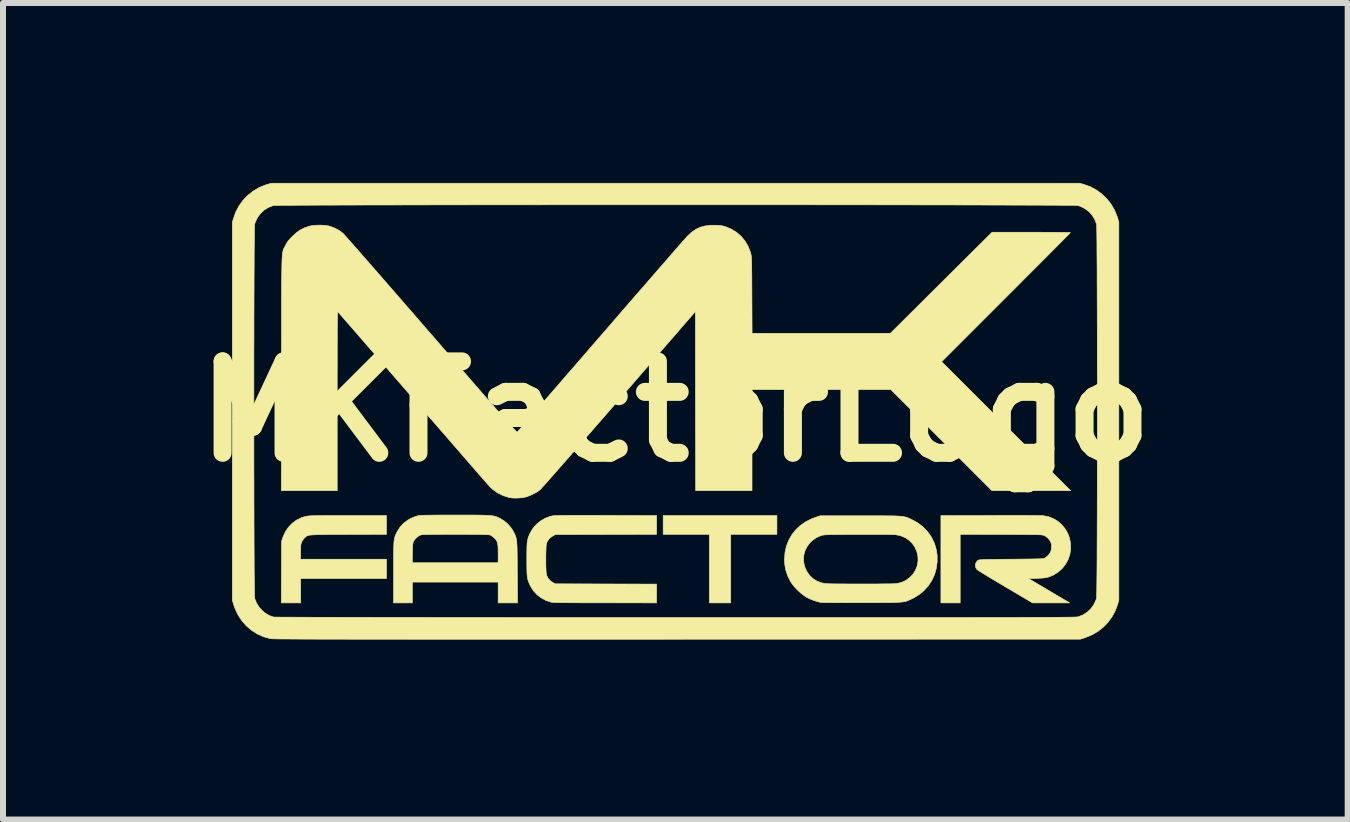
<source format=kicad_pcb>
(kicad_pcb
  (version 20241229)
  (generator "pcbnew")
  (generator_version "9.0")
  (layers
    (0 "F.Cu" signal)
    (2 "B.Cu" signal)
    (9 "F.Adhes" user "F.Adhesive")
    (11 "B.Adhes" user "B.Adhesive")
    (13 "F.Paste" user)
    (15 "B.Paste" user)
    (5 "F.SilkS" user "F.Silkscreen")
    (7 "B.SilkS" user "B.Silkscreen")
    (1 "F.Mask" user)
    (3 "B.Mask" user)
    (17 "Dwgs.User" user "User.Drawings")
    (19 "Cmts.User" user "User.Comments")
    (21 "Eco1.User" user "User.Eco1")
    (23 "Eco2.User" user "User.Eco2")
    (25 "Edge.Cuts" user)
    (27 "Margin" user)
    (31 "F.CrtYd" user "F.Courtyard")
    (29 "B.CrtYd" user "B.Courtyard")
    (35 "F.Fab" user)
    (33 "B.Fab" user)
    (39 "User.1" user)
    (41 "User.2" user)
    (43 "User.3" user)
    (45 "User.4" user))
  (footprint "MKFactorLogo"
    (layer "F.Cu")
    (at 8.208 3.809)
    (property "Reference" "MKFactorLogo" (at 0 0 0) (layer "F.SilkS") (effects (font (size 1.524 1.524) (thickness 0.3))))
    (attr through_hole)
    (fp_poly (pts (xy 1.693 2.048) (xy 0.923 2.048) (xy 0.923 3.191) (xy 0.567 3.191) (xy 0.567 2.048) (xy -0.203 2.048) (xy -0.203 1.735) (xy 1.693 1.735) (xy 1.693 2.048)) (stroke (width 0.01) (type solid)) (fill yes) (layer "F.SilkS"))
    (fp_poly (pts (xy -4.816 2.048) (xy -5.453 2.05) (xy -5.574 2.05) (xy -5.68 2.051) (xy -5.771 2.051) (xy -5.849 2.052) (xy -5.915 2.053) (xy -5.97 2.054) (xy -6.014 2.056) (xy -6.051 2.058) (xy -6.08 2.06) (xy -6.103 2.063) (xy -6.12 2.068) (xy -6.134 2.072) (xy -6.146 2.078) (xy -6.156 2.085) (xy -6.165 2.093) (xy -6.176 2.102) (xy -6.178 2.104) (xy -6.198 2.126) (xy -6.218 2.156) (xy -6.226 2.171) (xy -6.234 2.189) (xy -6.24 2.207) (xy -6.243 2.228) (xy -6.245 2.256) (xy -6.246 2.294) (xy -6.246 2.338) (xy -6.246 2.463) (xy -4.816 2.463) (xy -4.816 2.785) (xy -6.246 2.785) (xy -6.246 3.191) (xy -6.569 3.191) (xy -6.564 2.163) (xy -6.541 2.095) (xy -6.503 2.009) (xy -6.452 1.933) (xy -6.389 1.866) (xy -6.316 1.812) (xy -6.234 1.771) (xy -6.174 1.752) (xy -6.161 1.749) (xy -6.148 1.746) (xy -6.133 1.744) (xy -6.115 1.742) (xy -6.093 1.74) (xy -6.066 1.739) (xy -6.032 1.738) (xy -5.991 1.737) (xy -5.94 1.736) (xy -5.879 1.736) (xy -5.807 1.735) (xy -5.722 1.735) (xy -5.622 1.735) (xy -5.508 1.735) (xy -5.462 1.735) (xy -4.816 1.735) (xy -4.816 2.048)) (stroke (width 0.01) (type solid)) (fill yes) (layer "F.SilkS"))
    (fp_poly (pts (xy -1.523 1.732) (xy -1.415 1.732) (xy -1.293 1.732) (xy -1.155 1.733) (xy -1.073 1.733) (xy -0.313 1.735) (xy -0.313 2.048) (xy -1.157 2.05) (xy -2.002 2.052) (xy -2.046 2.077) (xy -2.094 2.112) (xy -2.129 2.156) (xy -2.146 2.193) (xy -2.15 2.214) (xy -2.154 2.249) (xy -2.156 2.295) (xy -2.158 2.35) (xy -2.159 2.409) (xy -2.159 2.472) (xy -2.159 2.534) (xy -2.158 2.592) (xy -2.156 2.645) (xy -2.153 2.688) (xy -2.149 2.719) (xy -2.146 2.733) (xy -2.12 2.784) (xy -2.082 2.825) (xy -2.046 2.849) (xy -2.002 2.873) (xy -1.157 2.876) (xy -0.313 2.878) (xy -0.313 3.191) (xy -1.17 3.19) (xy -1.313 3.19) (xy -1.441 3.19) (xy -1.553 3.19) (xy -1.651 3.189) (xy -1.736 3.189) (xy -1.809 3.188) (xy -1.871 3.187) (xy -1.923 3.187) (xy -1.966 3.186) (xy -2 3.184) (xy -2.028 3.183) (xy -2.049 3.181) (xy -2.064 3.18) (xy -2.076 3.178) (xy -2.078 3.177) (xy -2.16 3.149) (xy -2.238 3.106) (xy -2.308 3.052) (xy -2.367 2.987) (xy -2.413 2.914) (xy -2.419 2.902) (xy -2.434 2.871) (xy -2.445 2.843) (xy -2.455 2.816) (xy -2.462 2.789) (xy -2.467 2.758) (xy -2.471 2.722) (xy -2.474 2.678) (xy -2.475 2.624) (xy -2.476 2.558) (xy -2.476 2.478) (xy -2.476 2.463) (xy -2.476 2.38) (xy -2.475 2.312) (xy -2.474 2.256) (xy -2.472 2.211) (xy -2.468 2.174) (xy -2.463 2.142) (xy -2.456 2.114) (xy -2.447 2.087) (xy -2.436 2.06) (xy -2.422 2.029) (xy -2.419 2.024) (xy -2.375 1.95) (xy -2.317 1.884) (xy -2.249 1.827) (xy -2.174 1.782) (xy -2.093 1.751) (xy -2.085 1.748) (xy -2.073 1.746) (xy -2.062 1.743) (xy -2.048 1.741) (xy -2.033 1.739) (xy -2.014 1.737) (xy -1.99 1.736) (xy -1.961 1.735) (xy -1.926 1.734) (xy -1.883 1.733) (xy -1.832 1.733) (xy -1.771 1.732) (xy -1.7 1.732) (xy -1.618 1.732) (xy -1.523 1.732)) (stroke (width 0.01) (type solid)) (fill yes) (layer "F.SilkS"))
    (fp_poly (pts (xy 5.693 1.733) (xy 5.788 1.733) (xy 5.874 1.733) (xy 5.95 1.734) (xy 6.014 1.734) (xy 6.066 1.735) (xy 6.104 1.736) (xy 6.126 1.736) (xy 6.131 1.737) (xy 6.219 1.754) (xy 6.301 1.786) (xy 6.375 1.83) (xy 6.44 1.887) (xy 6.496 1.954) (xy 6.54 2.029) (xy 6.571 2.111) (xy 6.588 2.199) (xy 6.59 2.289) (xy 6.577 2.381) (xy 6.548 2.467) (xy 6.505 2.546) (xy 6.449 2.617) (xy 6.382 2.677) (xy 6.304 2.726) (xy 6.218 2.761) (xy 6.189 2.768) (xy 6.154 2.774) (xy 6.109 2.778) (xy 6.051 2.781) (xy 6.028 2.782) (xy 5.89 2.787) (xy 6.057 2.886) (xy 6.119 2.922) (xy 6.189 2.964) (xy 6.263 3.008) (xy 6.334 3.05) (xy 6.397 3.087) (xy 6.399 3.088) (xy 6.572 3.191) (xy 6.263 3.191) (xy 5.954 3.191) (xy 5.502 2.924) (xy 5.421 2.876) (xy 5.344 2.83) (xy 5.272 2.787) (xy 5.207 2.748) (xy 5.15 2.712) (xy 5.102 2.683) (xy 5.064 2.659) (xy 5.038 2.642) (xy 5.026 2.632) (xy 5.025 2.632) (xy 5.007 2.601) (xy 5.002 2.565) (xy 5.009 2.528) (xy 5.029 2.496) (xy 5.048 2.479) (xy 5.054 2.477) (xy 5.065 2.474) (xy 5.083 2.473) (xy 5.108 2.471) (xy 5.142 2.469) (xy 5.185 2.468) (xy 5.24 2.467) (xy 5.306 2.466) (xy 5.386 2.465) (xy 5.481 2.464) (xy 5.591 2.463) (xy 5.599 2.463) (xy 5.708 2.462) (xy 5.801 2.461) (xy 5.88 2.46) (xy 5.946 2.459) (xy 6 2.458) (xy 6.044 2.457) (xy 6.078 2.456) (xy 6.105 2.454) (xy 6.125 2.453) (xy 6.139 2.451) (xy 6.149 2.448) (xy 6.156 2.445) (xy 6.159 2.444) (xy 6.199 2.415) (xy 6.234 2.377) (xy 6.256 2.34) (xy 6.267 2.303) (xy 6.271 2.259) (xy 6.269 2.215) (xy 6.26 2.181) (xy 6.236 2.141) (xy 6.202 2.103) (xy 6.163 2.075) (xy 6.153 2.07) (xy 6.146 2.067) (xy 6.138 2.064) (xy 6.129 2.062) (xy 6.117 2.06) (xy 6.101 2.058) (xy 6.08 2.056) (xy 6.052 2.055) (xy 6.017 2.054) (xy 5.974 2.053) (xy 5.921 2.053) (xy 5.857 2.052) (xy 5.781 2.052) (xy 5.692 2.051) (xy 5.589 2.051) (xy 5.47 2.05) (xy 5.432 2.05) (xy 4.748 2.048) (xy 4.748 3.191) (xy 4.427 3.191) (xy 4.427 1.736) (xy 5.25 1.734) (xy 5.368 1.733) (xy 5.482 1.733) (xy 5.591 1.733) (xy 5.693 1.733)) (stroke (width 0.01) (type solid)) (fill yes) (layer "F.SilkS"))
    (fp_poly (pts (xy -3.665 1.727) (xy -3.547 1.727) (xy -3.445 1.727) (xy -3.356 1.727) (xy -3.281 1.728) (xy -3.217 1.729) (xy -3.163 1.731) (xy -3.118 1.733) (xy -3.081 1.736) (xy -3.05 1.739) (xy -3.024 1.744) (xy -3.001 1.75) (xy -2.98 1.756) (xy -2.961 1.764) (xy -2.941 1.774) (xy -2.921 1.783) (xy -2.858 1.822) (xy -2.797 1.873) (xy -2.744 1.933) (xy -2.702 1.996) (xy -2.697 2.006) (xy -2.686 2.029) (xy -2.675 2.05) (xy -2.667 2.07) (xy -2.66 2.09) (xy -2.654 2.111) (xy -2.649 2.136) (xy -2.645 2.165) (xy -2.642 2.2) (xy -2.64 2.242) (xy -2.638 2.294) (xy -2.637 2.356) (xy -2.636 2.429) (xy -2.635 2.516) (xy -2.635 2.618) (xy -2.634 2.677) (xy -2.631 3.191) (xy -2.954 3.191) (xy -2.954 2.844) (xy -4.384 2.844) (xy -4.384 3.191) (xy -4.697 3.191) (xy -4.697 2.682) (xy -4.697 2.571) (xy -4.697 2.522) (xy -4.386 2.522) (xy -2.954 2.522) (xy -2.954 2.371) (xy -2.954 2.305) (xy -2.956 2.253) (xy -2.961 2.213) (xy -2.968 2.182) (xy -2.978 2.156) (xy -2.993 2.134) (xy -3.012 2.113) (xy -3.021 2.105) (xy -3.049 2.082) (xy -3.077 2.065) (xy -3.095 2.057) (xy -3.11 2.056) (xy -3.14 2.054) (xy -3.183 2.053) (xy -3.238 2.051) (xy -3.303 2.05) (xy -3.376 2.05) (xy -3.455 2.049) (xy -3.539 2.048) (xy -3.625 2.048) (xy -3.712 2.048) (xy -3.798 2.048) (xy -3.881 2.049) (xy -3.961 2.049) (xy -4.033 2.05) (xy -4.098 2.051) (xy -4.153 2.052) (xy -4.196 2.053) (xy -4.226 2.055) (xy -4.241 2.057) (xy -4.274 2.072) (xy -4.309 2.099) (xy -4.341 2.131) (xy -4.361 2.161) (xy -4.368 2.175) (xy -4.373 2.19) (xy -4.376 2.208) (xy -4.379 2.233) (xy -4.38 2.267) (xy -4.382 2.313) (xy -4.383 2.359) (xy -4.386 2.522) (xy -4.697 2.522) (xy -4.697 2.476) (xy -4.697 2.394) (xy -4.696 2.325) (xy -4.695 2.268) (xy -4.693 2.22) (xy -4.691 2.18) (xy -4.687 2.147) (xy -4.683 2.12) (xy -4.677 2.096) (xy -4.67 2.075) (xy -4.662 2.055) (xy -4.652 2.034) (xy -4.641 2.012) (xy -4.636 2.003) (xy -4.587 1.925) (xy -4.526 1.86) (xy -4.453 1.807) (xy -4.409 1.783) (xy -4.369 1.765) (xy -4.328 1.75) (xy -4.293 1.739) (xy -4.279 1.736) (xy -4.259 1.734) (xy -4.222 1.732) (xy -4.17 1.73) (xy -4.102 1.729) (xy -4.019 1.728) (xy -3.922 1.727) (xy -3.811 1.727) (xy -3.686 1.727) (xy -3.665 1.727)) (stroke (width 0.01) (type solid)) (fill yes) (layer "F.SilkS"))
    (fp_poly (pts (xy 3.326 1.739) (xy 3.422 1.739) (xy 3.505 1.74) (xy 3.576 1.74) (xy 3.636 1.741) (xy 3.687 1.743) (xy 3.729 1.745) (xy 3.765 1.748) (xy 3.795 1.751) (xy 3.82 1.756) (xy 3.842 1.761) (xy 3.862 1.767) (xy 3.881 1.775) (xy 3.901 1.784) (xy 3.922 1.794) (xy 3.943 1.803) (xy 4.04 1.857) (xy 4.127 1.924) (xy 4.202 2.001) (xy 4.264 2.087) (xy 4.312 2.182) (xy 4.326 2.22) (xy 4.351 2.309) (xy 4.364 2.396) (xy 4.365 2.489) (xy 4.365 2.505) (xy 4.35 2.615) (xy 4.321 2.719) (xy 4.276 2.816) (xy 4.218 2.904) (xy 4.147 2.984) (xy 4.063 3.053) (xy 3.968 3.111) (xy 3.943 3.123) (xy 3.919 3.134) (xy 3.898 3.144) (xy 3.878 3.152) (xy 3.859 3.16) (xy 3.839 3.166) (xy 3.817 3.171) (xy 3.792 3.175) (xy 3.761 3.178) (xy 3.725 3.181) (xy 3.682 3.183) (xy 3.63 3.185) (xy 3.568 3.186) (xy 3.495 3.186) (xy 3.41 3.187) (xy 3.311 3.187) (xy 3.197 3.187) (xy 3.115 3.188) (xy 3.01 3.188) (xy 2.909 3.188) (xy 2.814 3.188) (xy 2.726 3.187) (xy 2.646 3.187) (xy 2.576 3.186) (xy 2.518 3.186) (xy 2.471 3.185) (xy 2.439 3.184) (xy 2.422 3.183) (xy 2.421 3.183) (xy 2.368 3.17) (xy 2.307 3.15) (xy 2.246 3.126) (xy 2.191 3.099) (xy 2.184 3.095) (xy 2.137 3.064) (xy 2.086 3.023) (xy 2.034 2.975) (xy 1.986 2.924) (xy 1.946 2.874) (xy 1.923 2.839) (xy 1.875 2.745) (xy 1.842 2.65) (xy 1.824 2.551) (xy 1.82 2.467) (xy 2.137 2.467) (xy 2.144 2.539) (xy 2.164 2.609) (xy 2.196 2.674) (xy 2.238 2.733) (xy 2.291 2.784) (xy 2.354 2.825) (xy 2.426 2.854) (xy 2.493 2.869) (xy 2.512 2.87) (xy 2.547 2.872) (xy 2.596 2.873) (xy 2.656 2.874) (xy 2.725 2.875) (xy 2.802 2.875) (xy 2.886 2.876) (xy 2.973 2.876) (xy 3.063 2.876) (xy 3.153 2.876) (xy 3.243 2.876) (xy 3.329 2.876) (xy 3.41 2.875) (xy 3.485 2.874) (xy 3.551 2.874) (xy 3.607 2.873) (xy 3.65 2.871) (xy 3.68 2.87) (xy 3.69 2.869) (xy 3.768 2.851) (xy 3.84 2.818) (xy 3.904 2.772) (xy 3.959 2.716) (xy 4.001 2.65) (xy 4.031 2.576) (xy 4.033 2.568) (xy 4.046 2.488) (xy 4.043 2.409) (xy 4.025 2.334) (xy 3.994 2.264) (xy 3.951 2.201) (xy 3.897 2.148) (xy 3.833 2.104) (xy 3.76 2.073) (xy 3.681 2.056) (xy 3.656 2.054) (xy 3.614 2.053) (xy 3.557 2.051) (xy 3.485 2.05) (xy 3.399 2.05) (xy 3.299 2.05) (xy 3.187 2.05) (xy 3.063 2.05) (xy 3.042 2.05) (xy 2.93 2.051) (xy 2.834 2.051) (xy 2.752 2.052) (xy 2.683 2.052) (xy 2.626 2.053) (xy 2.579 2.054) (xy 2.541 2.055) (xy 2.511 2.056) (xy 2.487 2.058) (xy 2.469 2.06) (xy 2.454 2.062) (xy 2.442 2.065) (xy 2.431 2.068) (xy 2.423 2.071) (xy 2.347 2.105) (xy 2.281 2.152) (xy 2.243 2.189) (xy 2.195 2.254) (xy 2.161 2.322) (xy 2.142 2.394) (xy 2.137 2.467) (xy 1.82 2.467) (xy 1.82 2.463) (xy 1.828 2.352) (xy 1.851 2.246) (xy 1.89 2.147) (xy 1.942 2.055) (xy 2.007 1.973) (xy 2.085 1.9) (xy 2.174 1.838) (xy 2.273 1.789) (xy 2.331 1.767) (xy 2.416 1.739) (xy 3.089 1.739) (xy 3.215 1.739) (xy 3.326 1.739)) (stroke (width 0.01) (type solid)) (fill yes) (layer "F.SilkS"))
    (fp_poly (pts (xy -5.839 -3.102) (xy -5.785 -3.094) (xy -5.723 -3.075) (xy -5.657 -3.046) (xy -5.595 -3.011) (xy -5.543 -2.972) (xy -5.542 -2.971) (xy -5.533 -2.961) (xy -5.512 -2.939) (xy -5.482 -2.905) (xy -5.442 -2.859) (xy -5.393 -2.804) (xy -5.335 -2.738) (xy -5.269 -2.663) (xy -5.195 -2.578) (xy -5.114 -2.486) (xy -5.026 -2.385) (xy -4.932 -2.278) (xy -4.833 -2.163) (xy -4.728 -2.043) (xy -4.618 -1.917) (xy -4.504 -1.785) (xy -4.386 -1.65) (xy -4.265 -1.51) (xy -4.141 -1.367) (xy -4.07 -1.286) (xy -3.917 -1.109) (xy -3.774 -0.944) (xy -3.642 -0.792) (xy -3.519 -0.651) (xy -3.406 -0.521) (xy -3.303 -0.402) (xy -3.209 -0.294) (xy -3.123 -0.196) (xy -3.045 -0.107) (xy -2.976 -0.027) (xy -2.914 0.043) (xy -2.859 0.105) (xy -2.811 0.159) (xy -2.77 0.205) (xy -2.735 0.244) (xy -2.706 0.276) (xy -2.683 0.301) (xy -2.664 0.321) (xy -2.651 0.334) (xy -2.642 0.342) (xy -2.637 0.345) (xy -2.636 0.345) (xy -2.63 0.338) (xy -2.613 0.318) (xy -2.586 0.287) (xy -2.549 0.245) (xy -2.503 0.192) (xy -2.448 0.129) (xy -2.385 0.056) (xy -2.315 -0.025) (xy -2.237 -0.115) (xy -2.152 -0.213) (xy -2.061 -0.318) (xy -1.964 -0.43) (xy -1.861 -0.549) (xy -1.754 -0.672) (xy -1.642 -0.801) (xy -1.526 -0.935) (xy -1.407 -1.073) (xy -1.285 -1.214) (xy -1.24 -1.265) (xy -1.116 -1.408) (xy -0.995 -1.548) (xy -0.877 -1.685) (xy -0.762 -1.817) (xy -0.651 -1.945) (xy -0.545 -2.067) (xy -0.443 -2.184) (xy -0.348 -2.294) (xy -0.258 -2.398) (xy -0.174 -2.493) (xy -0.098 -2.581) (xy -0.029 -2.66) (xy 0.032 -2.73) (xy 0.084 -2.79) (xy 0.128 -2.84) (xy 0.162 -2.878) (xy 0.186 -2.906) (xy 0.2 -2.921) (xy 0.202 -2.923) (xy 0.271 -2.987) (xy 0.342 -3.036) (xy 0.416 -3.071) (xy 0.497 -3.093) (xy 0.587 -3.104) (xy 0.669 -3.104) (xy 0.722 -3.101) (xy 0.764 -3.097) (xy 0.801 -3.09) (xy 0.837 -3.08) (xy 0.842 -3.078) (xy 0.935 -3.039) (xy 1.02 -2.986) (xy 1.095 -2.921) (xy 1.159 -2.844) (xy 1.211 -2.757) (xy 1.249 -2.663) (xy 1.255 -2.642) (xy 1.258 -2.629) (xy 1.261 -2.617) (xy 1.264 -2.603) (xy 1.266 -2.587) (xy 1.268 -2.566) (xy 1.269 -2.541) (xy 1.271 -2.51) (xy 1.272 -2.471) (xy 1.273 -2.423) (xy 1.273 -2.365) (xy 1.274 -2.296) (xy 1.275 -2.215) (xy 1.275 -2.12) (xy 1.276 -2.009) (xy 1.276 -1.94) (xy 1.279 -1.303) (xy 3.585 -1.303) (xy 4.433 -2.146) (xy 5.28 -2.988) (xy 5.932 -2.988) (xy 6.036 -2.988) (xy 6.134 -2.987) (xy 6.226 -2.987) (xy 6.311 -2.987) (xy 6.386 -2.986) (xy 6.451 -2.985) (xy 6.505 -2.984) (xy 6.546 -2.984) (xy 6.573 -2.983) (xy 6.585 -2.982) (xy 6.585 -2.981) (xy 6.579 -2.975) (xy 6.562 -2.957) (xy 6.534 -2.928) (xy 6.495 -2.889) (xy 6.448 -2.841) (xy 6.391 -2.784) (xy 6.326 -2.718) (xy 6.253 -2.645) (xy 6.173 -2.564) (xy 6.086 -2.477) (xy 5.993 -2.384) (xy 5.895 -2.286) (xy 5.792 -2.183) (xy 5.685 -2.075) (xy 5.574 -1.965) (xy 5.512 -1.902) (xy 4.439 -0.829) (xy 5.514 0.245) (xy 6.589 1.32) (xy 5.277 1.32) (xy 4.435 0.478) (xy 3.593 -0.364) (xy 1.278 -0.364) (xy 1.278 1.32) (xy 0.339 1.32) (xy 0.336 -0.173) (xy 0.334 -1.666) (xy -0.939 -0.197) (xy -1.062 -0.056) (xy -1.181 0.081) (xy -1.297 0.214) (xy -1.408 0.342) (xy -1.515 0.464) (xy -1.616 0.581) (xy -1.712 0.69) (xy -1.802 0.793) (xy -1.885 0.888) (xy -1.962 0.975) (xy -2.03 1.053) (xy -2.091 1.122) (xy -2.143 1.181) (xy -2.187 1.23) (xy -2.221 1.267) (xy -2.244 1.293) (xy -2.258 1.307) (xy -2.26 1.309) (xy -2.305 1.341) (xy -2.361 1.372) (xy -2.42 1.4) (xy -2.477 1.421) (xy -2.493 1.426) (xy -2.543 1.436) (xy -2.602 1.442) (xy -2.663 1.444) (xy -2.721 1.442) (xy -2.768 1.435) (xy -2.868 1.404) (xy -2.961 1.359) (xy -3.044 1.299) (xy -3.095 1.251) (xy -3.104 1.241) (xy -3.124 1.218) (xy -3.154 1.184) (xy -3.194 1.138) (xy -3.243 1.082) (xy -3.3 1.017) (xy -3.365 0.942) (xy -3.438 0.858) (xy -3.517 0.767) (xy -3.603 0.668) (xy -3.695 0.562) (xy -3.792 0.45) (xy -3.894 0.333) (xy -4.001 0.21) (xy -4.111 0.083) (xy -4.225 -0.048) (xy -4.341 -0.182) (xy -4.379 -0.226) (xy -4.495 -0.36) (xy -4.609 -0.491) (xy -4.719 -0.618) (xy -4.825 -0.741) (xy -4.927 -0.859) (xy -5.025 -0.971) (xy -5.116 -1.076) (xy -5.202 -1.175) (xy -5.282 -1.266) (xy -5.354 -1.35) (xy -5.419 -1.425) (xy -5.477 -1.49) (xy -5.525 -1.546) (xy -5.565 -1.592) (xy -5.596 -1.627) (xy -5.617 -1.65) (xy -5.627 -1.662) (xy -5.628 -1.663) (xy -5.629 -1.657) (xy -5.63 -1.637) (xy -5.632 -1.602) (xy -5.632 -1.553) (xy -5.633 -1.49) (xy -5.634 -1.412) (xy -5.635 -1.318) (xy -5.635 -1.209) (xy -5.636 -1.085) (xy -5.636 -0.945) (xy -5.636 -0.789) (xy -5.637 -0.616) (xy -5.637 -0.428) (xy -5.637 -0.222) (xy -5.637 -0.174) (xy -5.637 1.32) (xy -6.568 1.32) (xy -6.566 -0.637) (xy -6.566 -0.854) (xy -6.566 -1.055) (xy -6.565 -1.24) (xy -6.565 -1.411) (xy -6.565 -1.567) (xy -6.565 -1.71) (xy -6.565 -1.839) (xy -6.564 -1.957) (xy -6.564 -2.062) (xy -6.563 -2.157) (xy -6.562 -2.242) (xy -6.561 -2.317) (xy -6.56 -2.382) (xy -6.559 -2.44) (xy -6.558 -2.49) (xy -6.556 -2.533) (xy -6.554 -2.57) (xy -6.551 -2.601) (xy -6.549 -2.628) (xy -6.546 -2.65) (xy -6.542 -2.668) (xy -6.539 -2.683) (xy -6.535 -2.696) (xy -6.53 -2.708) (xy -6.525 -2.718) (xy -6.52 -2.728) (xy -6.514 -2.739) (xy -6.507 -2.751) (xy -6.501 -2.764) (xy -6.499 -2.768) (xy -6.481 -2.802) (xy -6.462 -2.832) (xy -6.438 -2.861) (xy -6.408 -2.895) (xy -6.382 -2.921) (xy -6.315 -2.981) (xy -6.248 -3.028) (xy -6.178 -3.063) (xy -6.1 -3.089) (xy -6.097 -3.09) (xy -6.042 -3.1) (xy -5.976 -3.105) (xy -5.906 -3.106) (xy -5.839 -3.102)) (stroke (width 0.01) (type solid)) (fill yes) (layer "F.SilkS"))
    (fp_poly (pts (xy 6.809 -3.785) (xy 6.918 -3.746) (xy 7.018 -3.692) (xy 7.111 -3.624) (xy 7.193 -3.545) (xy 7.263 -3.456) (xy 7.321 -3.357) (xy 7.364 -3.251) (xy 7.374 -3.22) (xy 7.393 -3.153) (xy 7.393 3.144) (xy 7.374 3.212) (xy 7.334 3.321) (xy 7.28 3.422) (xy 7.213 3.514) (xy 7.133 3.596) (xy 7.043 3.667) (xy 6.943 3.725) (xy 6.834 3.77) (xy 6.813 3.777) (xy 6.75 3.796) (xy 0.025 3.797) (xy -0.386 3.798) (xy -0.781 3.798) (xy -1.16 3.798) (xy -1.523 3.798) (xy -1.87 3.798) (xy -2.202 3.798) (xy -2.519 3.798) (xy -2.821 3.798) (xy -3.109 3.798) (xy -3.383 3.798) (xy -3.644 3.798) (xy -3.891 3.798) (xy -4.125 3.798) (xy -4.347 3.798) (xy -4.556 3.797) (xy -4.753 3.797) (xy -4.939 3.797) (xy -5.113 3.797) (xy -5.276 3.797) (xy -5.429 3.797) (xy -5.571 3.796) (xy -5.703 3.796) (xy -5.826 3.796) (xy -5.939 3.796) (xy -6.043 3.795) (xy -6.139 3.795) (xy -6.226 3.795) (xy -6.305 3.794) (xy -6.377 3.794) (xy -6.441 3.793) (xy -6.498 3.793) (xy -6.548 3.793) (xy -6.592 3.792) (xy -6.63 3.792) (xy -6.663 3.791) (xy -6.69 3.79) (xy -6.711 3.79) (xy -6.728 3.789) (xy -6.741 3.788) (xy -6.75 3.788) (xy -6.754 3.787) (xy -6.866 3.755) (xy -6.97 3.708) (xy -7.066 3.647) (xy -7.151 3.574) (xy -7.226 3.489) (xy -7.289 3.393) (xy -7.339 3.288) (xy -7.366 3.21) (xy -7.385 3.144) (xy -7.385 -0.028) (xy -7.026 -0.028) (xy -7.026 0.172) (xy -7.026 0.372) (xy -7.026 0.57) (xy -7.026 0.766) (xy -7.026 0.959) (xy -7.025 1.148) (xy -7.025 1.333) (xy -7.025 1.513) (xy -7.024 1.688) (xy -7.024 1.856) (xy -7.023 2.016) (xy -7.023 2.169) (xy -7.022 2.313) (xy -7.021 2.447) (xy -7.021 2.571) (xy -7.02 2.685) (xy -7.019 2.787) (xy -7.018 2.876) (xy -7.017 2.952) (xy -7.016 3.015) (xy -7.015 3.063) (xy -7.014 3.095) (xy -7.013 3.112) (xy -7.013 3.114) (xy -6.985 3.187) (xy -6.944 3.255) (xy -6.892 3.315) (xy -6.831 3.366) (xy -6.764 3.404) (xy -6.698 3.427) (xy -6.688 3.427) (xy -6.661 3.428) (xy -6.618 3.428) (xy -6.558 3.429) (xy -6.483 3.429) (xy -6.392 3.429) (xy -6.285 3.43) (xy -6.164 3.43) (xy -6.028 3.431) (xy -5.877 3.431) (xy -5.713 3.431) (xy -5.534 3.432) (xy -5.341 3.432) (xy -5.136 3.432) (xy -4.917 3.433) (xy -4.685 3.433) (xy -4.44 3.433) (xy -4.183 3.433) (xy -3.915 3.434) (xy -3.634 3.434) (xy -3.342 3.434) (xy -3.038 3.434) (xy -2.724 3.435) (xy -2.399 3.435) (xy -2.063 3.435) (xy -1.717 3.435) (xy -1.361 3.435) (xy -0.996 3.435) (xy -0.621 3.435) (xy -0.238 3.435) (xy 0 3.435) (xy 0.409 3.435) (xy 0.8 3.435) (xy 1.176 3.435) (xy 1.536 3.435) (xy 1.88 3.435) (xy 2.209 3.435) (xy 2.523 3.435) (xy 2.822 3.435) (xy 3.108 3.435) (xy 3.379 3.435) (xy 3.636 3.435) (xy 3.881 3.435) (xy 4.112 3.435) (xy 4.331 3.435) (xy 4.538 3.435) (xy 4.733 3.435) (xy 4.916 3.435) (xy 5.088 3.434) (xy 5.249 3.434) (xy 5.399 3.434) (xy 5.54 3.434) (xy 5.67 3.434) (xy 5.791 3.433) (xy 5.902 3.433) (xy 6.005 3.433) (xy 6.099 3.432) (xy 6.185 3.432) (xy 6.263 3.432) (xy 6.333 3.431) (xy 6.396 3.431) (xy 6.452 3.43) (xy 6.502 3.43) (xy 6.546 3.429) (xy 6.583 3.429) (xy 6.615 3.428) (xy 6.642 3.428) (xy 6.664 3.427) (xy 6.681 3.426) (xy 6.694 3.426) (xy 6.704 3.425) (xy 6.709 3.424) (xy 6.711 3.424) (xy 6.789 3.395) (xy 6.859 3.351) (xy 6.92 3.296) (xy 6.97 3.23) (xy 7.007 3.156) (xy 7.021 3.114) (xy 7.022 3.101) (xy 7.023 3.072) (xy 7.024 3.027) (xy 7.025 2.968) (xy 7.026 2.895) (xy 7.027 2.809) (xy 7.028 2.71) (xy 7.029 2.599) (xy 7.03 2.477) (xy 7.03 2.345) (xy 7.031 2.203) (xy 7.032 2.052) (xy 7.032 1.894) (xy 7.033 1.727) (xy 7.033 1.555) (xy 7.034 1.376) (xy 7.034 1.192) (xy 7.034 1.003) (xy 7.034 0.811) (xy 7.035 0.616) (xy 7.035 0.418) (xy 7.035 0.219) (xy 7.035 0.019) (xy 7.035 -0.181) (xy 7.035 -0.38) (xy 7.035 -0.578) (xy 7.034 -0.774) (xy 7.034 -0.967) (xy 7.034 -1.157) (xy 7.034 -1.342) (xy 7.033 -1.522) (xy 7.033 -1.696) (xy 7.032 -1.864) (xy 7.032 -2.025) (xy 7.031 -2.177) (xy 7.031 -2.321) (xy 7.03 -2.456) (xy 7.029 -2.58) (xy 7.028 -2.693) (xy 7.028 -2.795) (xy 7.027 -2.885) (xy 7.026 -2.961) (xy 7.025 -3.023) (xy 7.024 -3.071) (xy 7.023 -3.104) (xy 7.021 -3.121) (xy 7.021 -3.122) (xy 6.992 -3.2) (xy 6.949 -3.27) (xy 6.893 -3.332) (xy 6.827 -3.382) (xy 6.753 -3.419) (xy 6.711 -3.432) (xy 6.699 -3.433) (xy 6.672 -3.434) (xy 6.628 -3.435) (xy 6.569 -3.436) (xy 6.494 -3.436) (xy 6.406 -3.437) (xy 6.303 -3.438) (xy 6.187 -3.438) (xy 6.058 -3.439) (xy 5.917 -3.439) (xy 5.763 -3.44) (xy 5.598 -3.44) (xy 5.422 -3.441) (xy 5.236 -3.441) (xy 5.04 -3.442) (xy 4.834 -3.442) (xy 4.619 -3.443) (xy 4.395 -3.443) (xy 4.164 -3.443) (xy 3.925 -3.444) (xy 3.679 -3.444) (xy 3.426 -3.444) (xy 3.168 -3.445) (xy 2.903 -3.445) (xy 2.634 -3.445) (xy 2.36 -3.445) (xy 2.083 -3.446) (xy 1.801 -3.446) (xy 1.517 -3.446) (xy 1.23 -3.446) (xy 0.941 -3.446) (xy 0.65 -3.446) (xy 0.358 -3.446) (xy 0.066 -3.446) (xy -0.227 -3.446) (xy -0.519 -3.446) (xy -0.81 -3.446) (xy -1.1 -3.446) (xy -1.388 -3.446) (xy -1.674 -3.446) (xy -1.956 -3.446) (xy -2.236 -3.445) (xy -2.511 -3.445) (xy -2.783 -3.445) (xy -3.049 -3.445) (xy -3.31 -3.445) (xy -3.565 -3.444) (xy -3.814 -3.444) (xy -4.056 -3.444) (xy -4.291 -3.443) (xy -4.517 -3.443) (xy -4.736 -3.442) (xy -4.946 -3.442) (xy -5.146 -3.442) (xy -5.337 -3.441) (xy -5.517 -3.441) (xy -5.687 -3.44) (xy -5.845 -3.44) (xy -5.992 -3.439) (xy -6.126 -3.438) (xy -6.248 -3.438) (xy -6.356 -3.437) (xy -6.45 -3.436) (xy -6.531 -3.436) (xy -6.596 -3.435) (xy -6.647 -3.434) (xy -6.681 -3.434) (xy -6.7 -3.433) (xy -6.702 -3.432) (xy -6.78 -3.403) (xy -6.851 -3.36) (xy -6.912 -3.304) (xy -6.962 -3.239) (xy -6.999 -3.164) (xy -7.013 -3.122) (xy -7.014 -3.109) (xy -7.015 -3.08) (xy -7.016 -3.036) (xy -7.017 -2.977) (xy -7.018 -2.904) (xy -7.019 -2.817) (xy -7.02 -2.718) (xy -7.021 -2.607) (xy -7.021 -2.485) (xy -7.022 -2.353) (xy -7.023 -2.212) (xy -7.023 -2.061) (xy -7.024 -1.902) (xy -7.024 -1.736) (xy -7.025 -1.563) (xy -7.025 -1.384) (xy -7.025 -1.2) (xy -7.026 -1.012) (xy -7.026 -0.819) (xy -7.026 -0.624) (xy -7.026 -0.427) (xy -7.026 -0.227) (xy -7.026 -0.028) (xy -7.385 -0.028) (xy -7.385 -3.153) (xy -7.365 -3.22) (xy -7.326 -3.329) (xy -7.272 -3.43) (xy -7.205 -3.522) (xy -7.126 -3.604) (xy -7.036 -3.674) (xy -6.938 -3.732) (xy -6.831 -3.776) (xy -6.801 -3.785) (xy -6.733 -3.804) (xy 6.741 -3.804) (xy 6.809 -3.785)) (stroke (width 0.01) (type solid)) (fill yes) (layer "F.SilkS")))
  (gr_rect
    (start -3 -3)
    (end 19.416 10.612)
    (stroke (width 0.1) (type default))
    (fill no)
    (layer "Edge.Cuts")))
</source>
